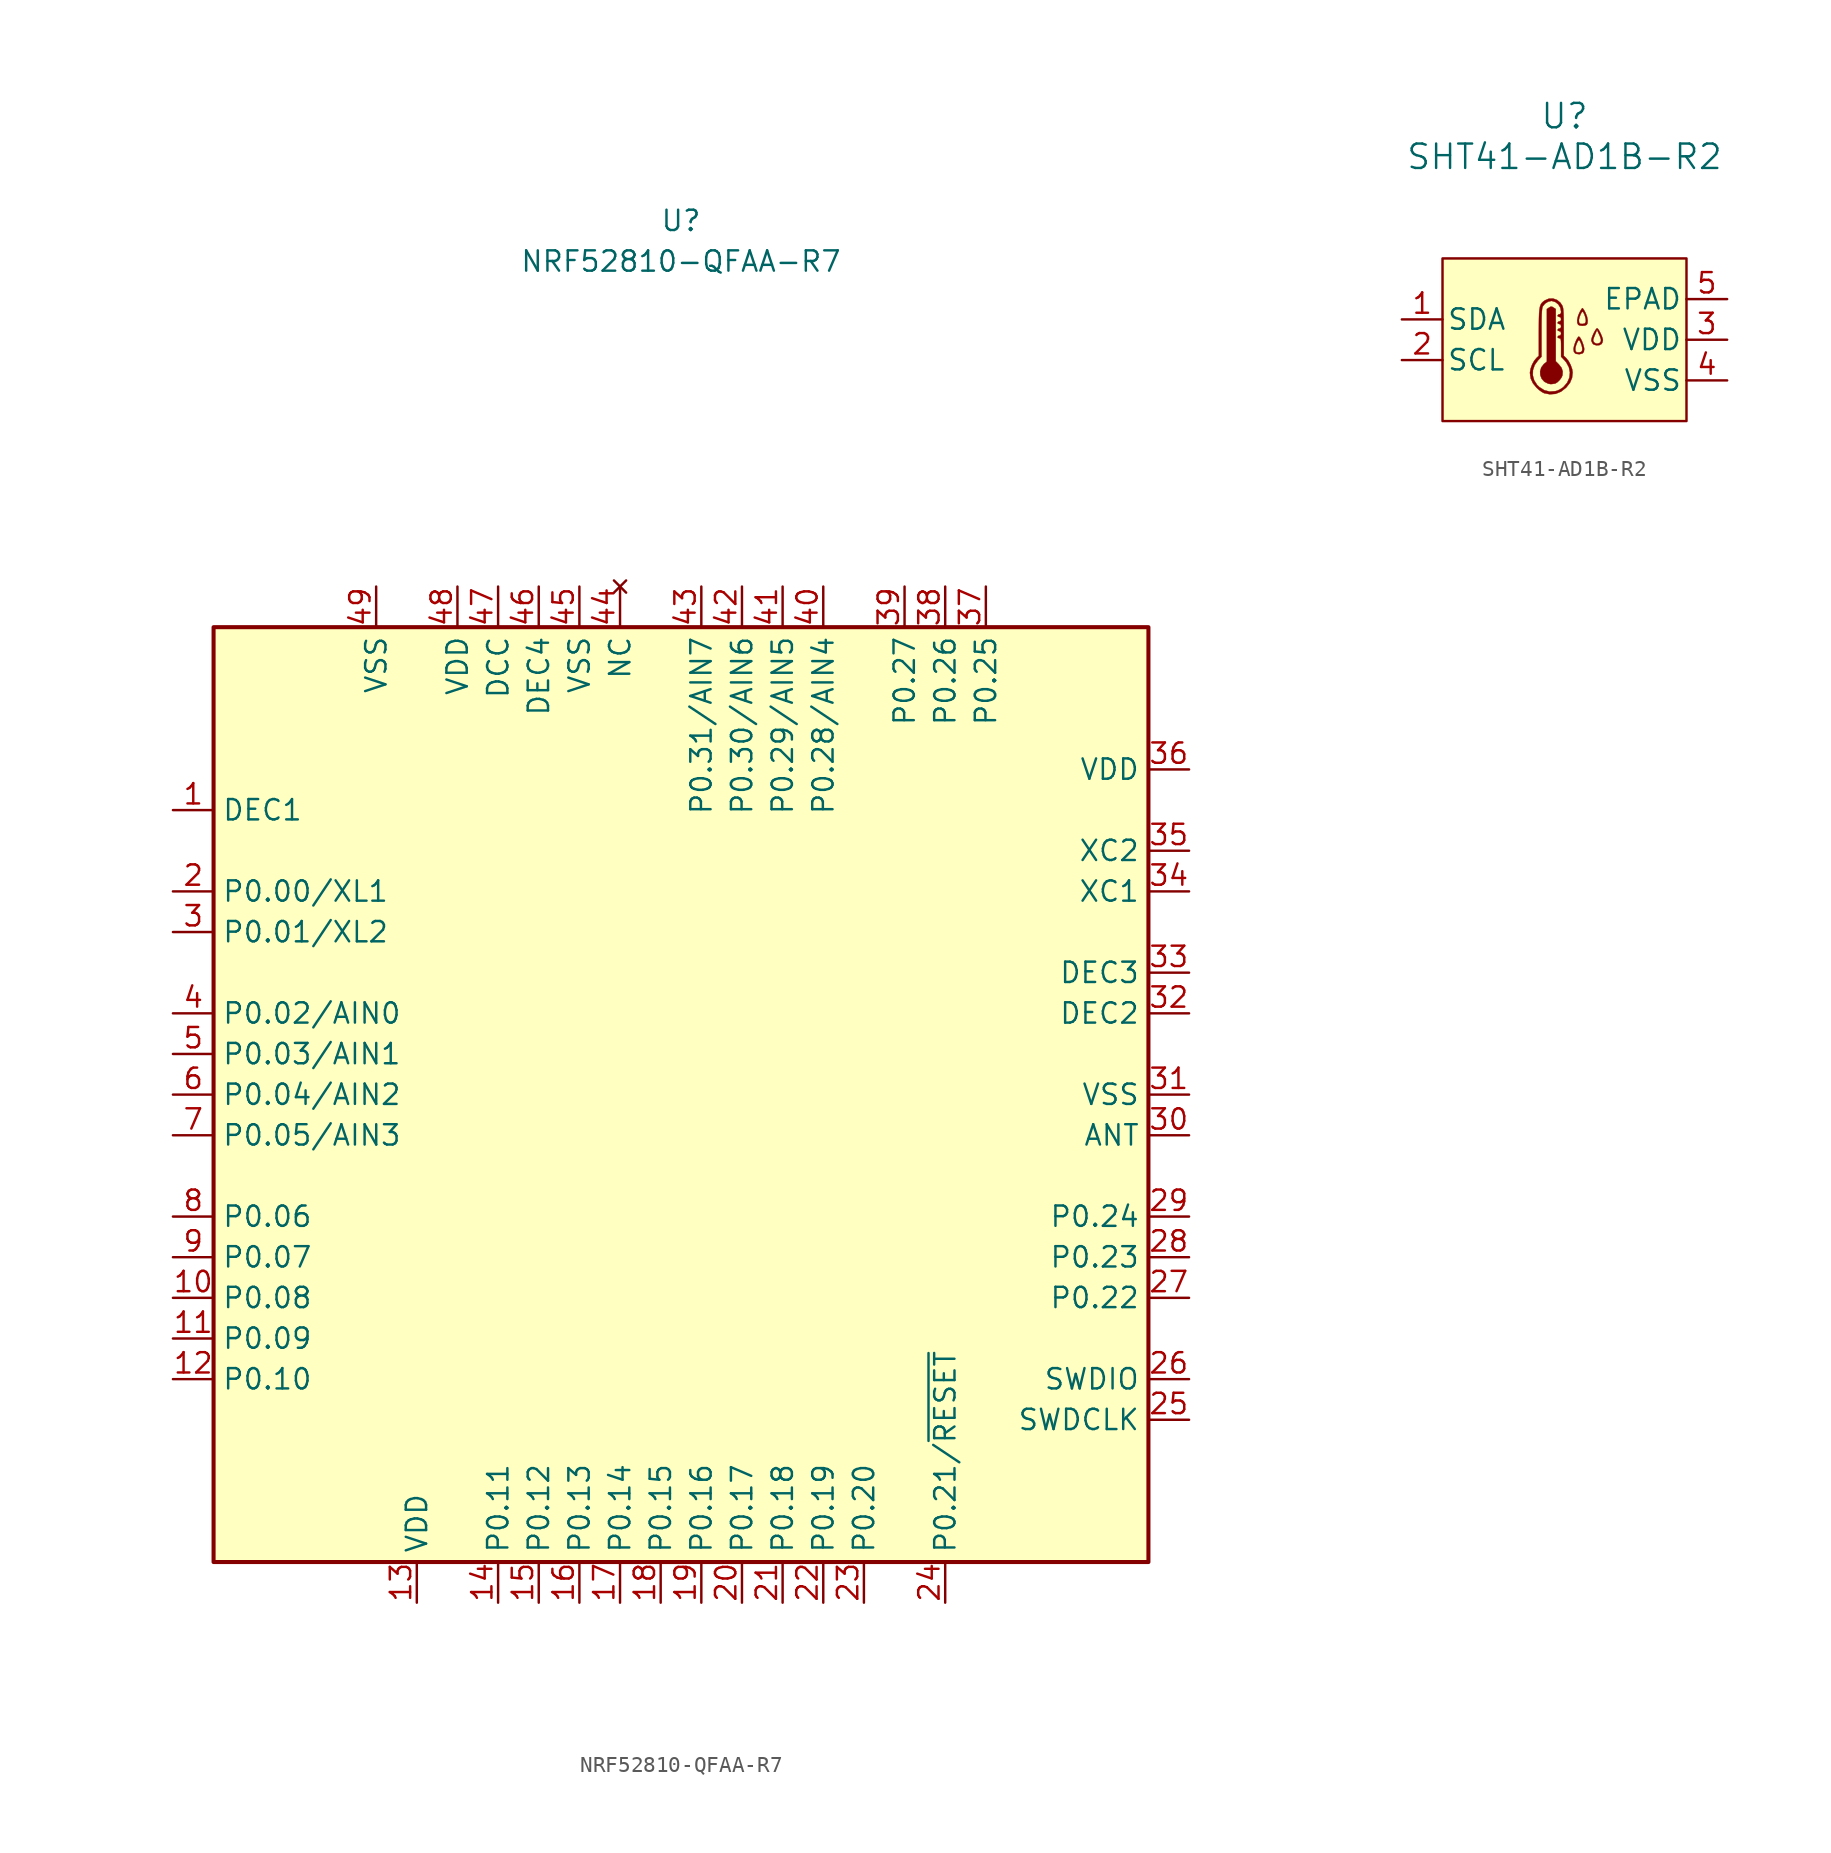
<source format=kicad_sym>
(kicad_symbol_lib
  (version 20220914)
  (generator kicad_symbol_editor)
  (symbol "NRF52810-QFAA-R7"
    (property "Reference" "U"
      (at 0 54.61 0)
      (effects (font (size 1.27 1.27))))
    (property "Value" "NRF52810-QFAA-R7"
      (at 0 52.07 0)
      (effects (font (size 1.27 1.27))))
    (symbol "NRF52810-QFAA-R7_0_1"
      (rectangle (start -29.21 29.21) (end 29.21 -29.21) (stroke (width 0.254) (type default)) (fill (type background))))
    (symbol "NRF52810-QFAA-R7_1_1"
      (pin passive line (at -31.75 17.78 0) (length 2.54) (name "DEC1" (effects (font (size 1.27 1.27)))) (number "1" (effects (font (size 1.27 1.27)))))
      (pin bidirectional line (at -31.75 -12.7 0) (length 2.54) (name "P0.08" (effects (font (size 1.27 1.27)))) (number "10" (effects (font (size 1.27 1.27)))))
      (pin bidirectional line (at -31.75 -15.24 0) (length 2.54) (name "P0.09" (effects (font (size 1.27 1.27)))) (number "11" (effects (font (size 1.27 1.27)))))
      (pin bidirectional line (at -31.75 -17.78 0) (length 2.54) (name "P0.10" (effects (font (size 1.27 1.27)))) (number "12" (effects (font (size 1.27 1.27)))))
      (pin power_in line (at -16.51 -31.75 90) (length 2.54) (name "VDD" (effects (font (size 1.27 1.27)))) (number "13" (effects (font (size 1.27 1.27)))))
      (pin bidirectional line (at -11.43 -31.75 90) (length 2.54) (name "P0.11" (effects (font (size 1.27 1.27)))) (number "14" (effects (font (size 1.27 1.27)))))
      (pin bidirectional line (at -8.89 -31.75 90) (length 2.54) (name "P0.12" (effects (font (size 1.27 1.27)))) (number "15" (effects (font (size 1.27 1.27)))))
      (pin bidirectional line (at -6.35 -31.75 90) (length 2.54) (name "P0.13" (effects (font (size 1.27 1.27)))) (number "16" (effects (font (size 1.27 1.27)))))
      (pin bidirectional line (at -3.81 -31.75 90) (length 2.54) (name "P0.14" (effects (font (size 1.27 1.27)))) (number "17" (effects (font (size 1.27 1.27)))))
      (pin bidirectional line (at -1.27 -31.75 90) (length 2.54) (name "P0.15" (effects (font (size 1.27 1.27)))) (number "18" (effects (font (size 1.27 1.27)))))
      (pin bidirectional line (at 1.27 -31.75 90) (length 2.54) (name "P0.16" (effects (font (size 1.27 1.27)))) (number "19" (effects (font (size 1.27 1.27)))))
      (pin bidirectional line (at -31.75 12.7 0) (length 2.54) (name "P0.00/XL1" (effects (font (size 1.27 1.27)))) (number "2" (effects (font (size 1.27 1.27)))))
      (pin bidirectional line (at 3.81 -31.75 90) (length 2.54) (name "P0.17" (effects (font (size 1.27 1.27)))) (number "20" (effects (font (size 1.27 1.27)))))
      (pin bidirectional line (at 6.35 -31.75 90) (length 2.54) (name "P0.18" (effects (font (size 1.27 1.27)))) (number "21" (effects (font (size 1.27 1.27)))))
      (pin bidirectional line (at 8.89 -31.75 90) (length 2.54) (name "P0.19" (effects (font (size 1.27 1.27)))) (number "22" (effects (font (size 1.27 1.27)))))
      (pin bidirectional line (at 11.43 -31.75 90) (length 2.54) (name "P0.20" (effects (font (size 1.27 1.27)))) (number "23" (effects (font (size 1.27 1.27)))))
      (pin bidirectional line (at 16.51 -31.75 90) (length 2.54) (name "P0.21/~{RESET}" (effects (font (size 1.27 1.27)))) (number "24" (effects (font (size 1.27 1.27)))))
      (pin input line (at 31.75 -20.32 180) (length 2.54) (name "SWDCLK" (effects (font (size 1.27 1.27)))) (number "25" (effects (font (size 1.27 1.27)))))
      (pin bidirectional line (at 31.75 -17.78 180) (length 2.54) (name "SWDIO" (effects (font (size 1.27 1.27)))) (number "26" (effects (font (size 1.27 1.27)))))
      (pin bidirectional line (at 31.75 -12.7 180) (length 2.54) (name "P0.22" (effects (font (size 1.27 1.27)))) (number "27" (effects (font (size 1.27 1.27)))))
      (pin bidirectional line (at 31.75 -10.16 180) (length 2.54) (name "P0.23" (effects (font (size 1.27 1.27)))) (number "28" (effects (font (size 1.27 1.27)))))
      (pin bidirectional line (at 31.75 -7.62 180) (length 2.54) (name "P0.24" (effects (font (size 1.27 1.27)))) (number "29" (effects (font (size 1.27 1.27)))))
      (pin bidirectional line (at -31.75 10.16 0) (length 2.54) (name "P0.01/XL2" (effects (font (size 1.27 1.27)))) (number "3" (effects (font (size 1.27 1.27)))))
      (pin passive line (at 31.75 -2.54 180) (length 2.54) (name "ANT" (effects (font (size 1.27 1.27)))) (number "30" (effects (font (size 1.27 1.27)))))
      (pin power_in line (at 31.75 0 180) (length 2.54) (name "VSS" (effects (font (size 1.27 1.27)))) (number "31" (effects (font (size 1.27 1.27)))))
      (pin passive line (at 31.75 5.08 180) (length 2.54) (name "DEC2" (effects (font (size 1.27 1.27)))) (number "32" (effects (font (size 1.27 1.27)))))
      (pin passive line (at 31.75 7.62 180) (length 2.54) (name "DEC3" (effects (font (size 1.27 1.27)))) (number "33" (effects (font (size 1.27 1.27)))))
      (pin input line (at 31.75 12.7 180) (length 2.54) (name "XC1" (effects (font (size 1.27 1.27)))) (number "34" (effects (font (size 1.27 1.27)))))
      (pin input line (at 31.75 15.24 180) (length 2.54) (name "XC2" (effects (font (size 1.27 1.27)))) (number "35" (effects (font (size 1.27 1.27)))))
      (pin passive line (at 31.75 20.32 180) (length 2.54) (name "VDD" (effects (font (size 1.27 1.27)))) (number "36" (effects (font (size 1.27 1.27)))))
      (pin bidirectional line (at 19.05 31.75 270) (length 2.54) (name "P0.25" (effects (font (size 1.27 1.27)))) (number "37" (effects (font (size 1.27 1.27)))))
      (pin bidirectional line (at 16.51 31.75 270) (length 2.54) (name "P0.26" (effects (font (size 1.27 1.27)))) (number "38" (effects (font (size 1.27 1.27)))))
      (pin bidirectional line (at 13.97 31.75 270) (length 2.54) (name "P0.27" (effects (font (size 1.27 1.27)))) (number "39" (effects (font (size 1.27 1.27)))))
      (pin bidirectional line (at -31.75 5.08 0) (length 2.54) (name "P0.02/AIN0" (effects (font (size 1.27 1.27)))) (number "4" (effects (font (size 1.27 1.27)))))
      (pin bidirectional line (at 8.89 31.75 270) (length 2.54) (name "P0.28/AIN4" (effects (font (size 1.27 1.27)))) (number "40" (effects (font (size 1.27 1.27)))))
      (pin bidirectional line (at 6.35 31.75 270) (length 2.54) (name "P0.29/AIN5" (effects (font (size 1.27 1.27)))) (number "41" (effects (font (size 1.27 1.27)))))
      (pin bidirectional line (at 3.81 31.75 270) (length 2.54) (name "P0.30/AIN6" (effects (font (size 1.27 1.27)))) (number "42" (effects (font (size 1.27 1.27)))))
      (pin bidirectional line (at 1.27 31.75 270) (length 2.54) (name "P0.31/AIN7" (effects (font (size 1.27 1.27)))) (number "43" (effects (font (size 1.27 1.27)))))
      (pin no_connect line (at -3.81 31.75 270) (length 2.54) (name "NC" (effects (font (size 1.27 1.27)))) (number "44" (effects (font (size 1.27 1.27)))))
      (pin passive line (at -6.35 31.75 270) (length 2.54) (name "VSS" (effects (font (size 1.27 1.27)))) (number "45" (effects (font (size 1.27 1.27)))))
      (pin passive line (at -8.89 31.75 270) (length 2.54) (name "DEC4" (effects (font (size 1.27 1.27)))) (number "46" (effects (font (size 1.27 1.27)))))
      (pin power_out line (at -11.43 31.75 270) (length 2.54) (name "DCC" (effects (font (size 1.27 1.27)))) (number "47" (effects (font (size 1.27 1.27)))))
      (pin passive line (at -13.97 31.75 270) (length 2.54) (name "VDD" (effects (font (size 1.27 1.27)))) (number "48" (effects (font (size 1.27 1.27)))))
      (pin passive line (at -19.05 31.75 270) (length 2.54) (name "VSS" (effects (font (size 1.27 1.27)))) (number "49" (effects (font (size 1.27 1.27)))))
      (pin bidirectional line (at -31.75 2.54 0) (length 2.54) (name "P0.03/AIN1" (effects (font (size 1.27 1.27)))) (number "5" (effects (font (size 1.27 1.27)))))
      (pin bidirectional line (at -31.75 0 0) (length 2.54) (name "P0.04/AIN2" (effects (font (size 1.27 1.27)))) (number "6" (effects (font (size 1.27 1.27)))))
      (pin bidirectional line (at -31.75 -2.54 0) (length 2.54) (name "P0.05/AIN3" (effects (font (size 1.27 1.27)))) (number "7" (effects (font (size 1.27 1.27)))))
      (pin bidirectional line (at -31.75 -7.62 0) (length 2.54) (name "P0.06" (effects (font (size 1.27 1.27)))) (number "8" (effects (font (size 1.27 1.27)))))
      (pin bidirectional line (at -31.75 -10.16 0) (length 2.54) (name "P0.07" (effects (font (size 1.27 1.27)))) (number "9" (effects (font (size 1.27 1.27)))))))
  (symbol "SHT41-AD1B-R2"
    (pin_names
      (offset 0.254))
    (property "Reference" "U"
      (at 0 13.97 0)
      (effects (font (size 1.524 1.524))))
    (property "Value" "SHT41-AD1B-R2"
      (at 0 11.43 0)
      (effects (font (size 1.524 1.524))))
    (symbol "SHT41-AD1B-R2_0_0"
      (polyline (pts (xy -0.778 -2.768) (xy -0.754 -2.761) (xy -0.627 -2.745) (xy -0.571 -2.733) (xy -0.439 -2.65) (xy -0.3 -2.515) (xy -0.186 -2.359) (xy -0.125 -2.213) (xy -0.112 -1.978) (xy -0.184 -1.754) (xy -0.355 -1.536) (xy -0.546 -1.345) (xy -0.546 0.288) (xy -0.546 1.921) (xy -0.685 2.012) (xy -0.769 2.061) (xy -0.855 2.071) (xy -0.963 2.012) (xy -1.102 1.921) (xy -1.102 0.277) (xy -1.102 -1.367) (xy -1.242 -1.478) (xy -1.289 -1.517) (xy -1.45 -1.728) (xy -1.523 -1.968) (xy -1.513 -2.212) (xy -1.423 -2.438) (xy -1.258 -2.623) (xy -1.021 -2.742) (xy -0.881 -2.769) (xy -0.778 -2.768)) (stroke (width 0.01) (type default)) (fill (type outline)))
      (polyline (pts (xy 2.173 -0.339) (xy 2.312 -0.268) (xy 2.368 -0.175) (xy 2.399 -0.028) (xy 2.387 0.055) (xy 2.337 0.211) (xy 2.262 0.387) (xy 2.177 0.551) (xy 2.097 0.673) (xy 2.038 0.72) (xy 1.999 0.696) (xy 1.925 0.593) (xy 1.839 0.439) (xy 1.759 0.266) (xy 1.7 0.104) (xy 1.677 -0.013) (xy 1.681 -0.035) (xy 1.788 -0.035) (xy 1.798 0.018) (xy 1.842 0.154) (xy 1.91 0.326) (xy 2.033 0.61) (xy 2.16 0.336) (xy 2.223 0.192) (xy 2.276 0.023) (xy 2.275 -0.092) (xy 2.221 -0.177) (xy 2.166 -0.214) (xy 2.038 -0.244) (xy 1.958 -0.232) (xy 1.837 -0.156) (xy 1.788 -0.035) (xy 1.681 -0.035) (xy 1.695 -0.117) (xy 1.769 -0.254) (xy 1.831 -0.301) (xy 1.994 -0.35) (xy 2.173 -0.339)) (stroke (width 0.01) (type default)) (fill (type outline)))
      (polyline (pts (xy 1.278 0.885) (xy 1.388 0.934) (xy 1.439 1.035) (xy 1.449 1.22) (xy 1.406 1.448) (xy 1.31 1.69) (xy 1.244 1.815) (xy 1.168 1.933) (xy 1.121 1.979) (xy 1.087 1.951) (xy 1.016 1.846) (xy 0.931 1.69) (xy 0.849 1.49) (xy 0.796 1.258) (xy 0.796 1.208) (xy 0.898 1.208) (xy 0.907 1.286) (xy 0.947 1.437) (xy 1.006 1.59) (xy 1.07 1.709) (xy 1.123 1.757) (xy 1.169 1.719) (xy 1.23 1.606) (xy 1.286 1.451) (xy 1.325 1.293) (xy 1.334 1.168) (xy 1.323 1.105) (xy 1.271 1.021) (xy 1.147 0.99) (xy 1.136 0.989) (xy 0.987 0.994) (xy 0.916 1.06) (xy 0.898 1.208) (xy 0.796 1.208) (xy 0.797 1.063) (xy 0.854 0.934) (xy 0.956 0.887) (xy 1.116 0.87) (xy 1.278 0.885)) (stroke (width 0.01) (type default)) (fill (type outline)))
      (polyline (pts (xy 1.125 -0.854) (xy 1.131 -0.85) (xy 1.208 -0.758) (xy 1.232 -0.59) (xy 1.224 -0.507) (xy 1.182 -0.334) (xy 1.116 -0.146) (xy 1.038 0.026) (xy 0.961 0.152) (xy 0.898 0.201) (xy 0.864 0.183) (xy 0.791 0.085) (xy 0.712 -0.072) (xy 0.64 -0.257) (xy 0.586 -0.44) (xy 0.568 -0.57) (xy 0.676 -0.57) (xy 0.685 -0.492) (xy 0.725 -0.342) (xy 0.784 -0.189) (xy 0.848 -0.07) (xy 0.9 -0.022) (xy 0.946 -0.059) (xy 1.007 -0.173) (xy 1.064 -0.327) (xy 1.103 -0.485) (xy 1.111 -0.611) (xy 1.101 -0.673) (xy 1.048 -0.757) (xy 0.924 -0.789) (xy 0.913 -0.79) (xy 0.765 -0.785) (xy 0.694 -0.719) (xy 0.676 -0.57) (xy 0.568 -0.57) (xy 0.566 -0.589) (xy 0.585 -0.743) (xy 0.662 -0.851) (xy 0.726 -0.88) (xy 0.929 -0.906) (xy 1.125 -0.854)) (stroke (width 0.01) (type default)) (fill (type outline)))
      (polyline (pts (xy -0.554 -3.38) (xy -0.217 -3.243) (xy 0.095 -2.997) (xy 0.124 -2.967) (xy 0.346 -2.683) (xy 0.471 -2.384) (xy 0.509 -2.044) (xy 0.476 -1.829) (xy 0.383 -1.57) (xy 0.251 -1.324) (xy 0.1 -1.138) (xy -0.046 -1.003) (xy -0.046 0.474) (xy -0.047 0.789) (xy -0.049 1.176) (xy -0.053 1.475) (xy -0.061 1.7) (xy -0.074 1.866) (xy -0.091 1.986) (xy -0.114 2.074) (xy -0.144 2.145) (xy -0.26 2.318) (xy -0.469 2.489) (xy -0.714 2.575) (xy -0.972 2.569) (xy -1.219 2.464) (xy -1.238 2.451) (xy -1.342 2.375) (xy -1.424 2.294) (xy -1.487 2.195) (xy -1.533 2.064) (xy -1.565 1.889) (xy -1.585 1.655) (xy -1.596 1.351) (xy -1.601 0.961) (xy -1.603 0.474) (xy -1.603 -1.003) (xy -1.749 -1.138) (xy -1.891 -1.31) (xy -2.025 -1.554) (xy -2.121 -1.815) (xy -2.158 -2.044) (xy -2.158 -2.083) (xy -2.138 -2.222) (xy -1.981 -2.222) (xy -1.971 -1.897) (xy -1.863 -1.58) (xy -1.655 -1.29) (xy -1.436 -1.06) (xy -1.436 0.435) (xy -1.436 0.48) (xy -1.435 0.936) (xy -1.431 1.296) (xy -1.424 1.572) (xy -1.413 1.776) (xy -1.398 1.923) (xy -1.378 2.023) (xy -1.351 2.092) (xy -1.351 2.092) (xy -1.216 2.256) (xy -1.024 2.377) (xy -0.824 2.424) (xy -0.789 2.422) (xy -0.571 2.356) (xy -0.387 2.207) (xy -0.26 2) (xy -0.213 1.76) (xy -0.214 1.712) (xy -0.243 1.616) (xy -0.324 1.59) (xy -0.389 1.575) (xy -0.435 1.507) (xy -0.415 1.458) (xy -0.324 1.423) (xy -0.239 1.393) (xy -0.213 1.284) (xy -0.237 1.178) (xy -0.324 1.145) (xy -0.389 1.13) (xy -0.435 1.062) (xy -0.415 1.013) (xy -0.324 0.979) (xy -0.239 0.949) (xy -0.213 0.84) (xy -0.237 0.733) (xy -0.324 0.701) (xy -0.389 0.685) (xy -0.435 0.617) (xy -0.415 0.569) (xy -0.324 0.534) (xy -0.239 0.504) (xy -0.213 0.395) (xy -0.237 0.289) (xy -0.324 0.256) (xy -0.389 0.241) (xy -0.435 0.173) (xy -0.415 0.124) (xy -0.324 0.089) (xy -0.313 0.089) (xy -0.267 0.078) (xy -0.237 0.035) (xy -0.221 -0.061) (xy -0.214 -0.227) (xy -0.213 -0.485) (xy -0.213 -1.06) (xy 0.006 -1.29) (xy 0.113 -1.418) (xy 0.276 -1.724) (xy 0.339 -2.049) (xy 0.302 -2.374) (xy 0.168 -2.681) (xy -0.064 -2.951) (xy -0.117 -2.994) (xy -0.301 -3.111) (xy -0.475 -3.187) (xy -0.586 -3.213) (xy -0.938 -3.236) (xy -1.263 -3.151) (xy -1.568 -2.959) (xy -1.711 -2.821) (xy -1.894 -2.536) (xy -1.981 -2.222) (xy -2.138 -2.222) (xy -2.111 -2.417) (xy -1.976 -2.714) (xy -1.743 -2.998) (xy -1.583 -3.142) (xy -1.409 -3.268) (xy -1.269 -3.34) (xy -0.916 -3.408) (xy -0.554 -3.38)) (stroke (width 0.01) (type default)) (fill (type outline))))
    (symbol "SHT41-AD1B-R2_1_1"
      (rectangle (start -7.62 5.08) (end 7.62 -5.08) (stroke (width 0) (type default)) (fill (type background)))
      (pin bidirectional line (at -10.16 1.27 0) (length 2.54) (name "SDA" (effects (font (size 1.27 1.27)))) (number "1" (effects (font (size 1.27 1.27)))))
      (pin input line (at -10.16 -1.27 0) (length 2.54) (name "SCL" (effects (font (size 1.27 1.27)))) (number "2" (effects (font (size 1.27 1.27)))))
      (pin power_in line (at 10.16 0 180) (length 2.54) (name "VDD" (effects (font (size 1.27 1.27)))) (number "3" (effects (font (size 1.27 1.27)))))
      (pin power_out line (at 10.16 -2.54 180) (length 2.54) (name "VSS" (effects (font (size 1.27 1.27)))) (number "4" (effects (font (size 1.27 1.27)))))
      (pin unspecified line (at 10.16 2.54 180) (length 2.54) (name "EPAD" (effects (font (size 1.27 1.27)))) (number "5" (effects (font (size 1.27 1.27))))))))
</source>
